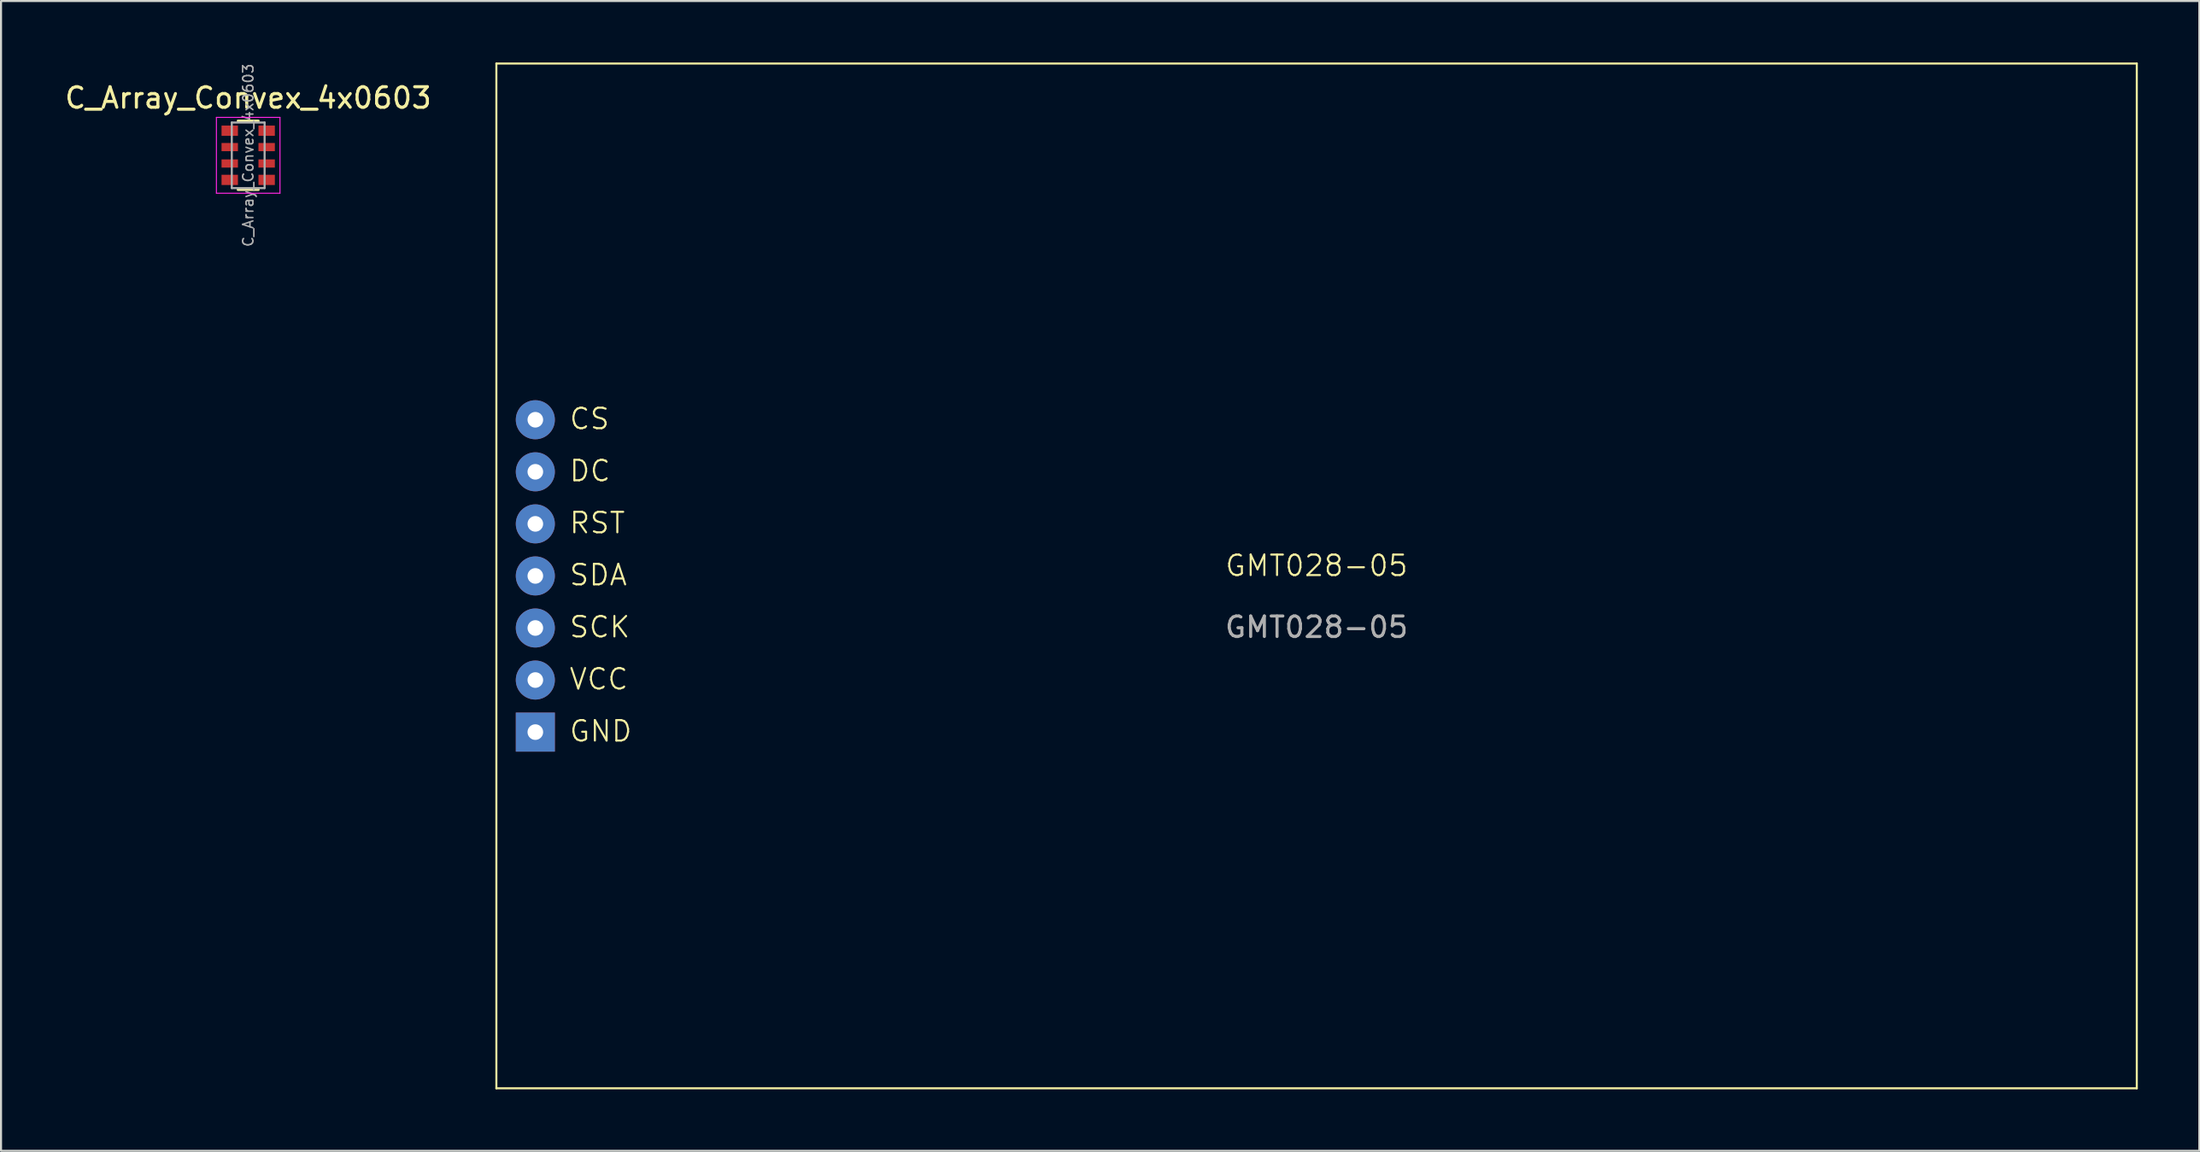
<source format=kicad_pcb>
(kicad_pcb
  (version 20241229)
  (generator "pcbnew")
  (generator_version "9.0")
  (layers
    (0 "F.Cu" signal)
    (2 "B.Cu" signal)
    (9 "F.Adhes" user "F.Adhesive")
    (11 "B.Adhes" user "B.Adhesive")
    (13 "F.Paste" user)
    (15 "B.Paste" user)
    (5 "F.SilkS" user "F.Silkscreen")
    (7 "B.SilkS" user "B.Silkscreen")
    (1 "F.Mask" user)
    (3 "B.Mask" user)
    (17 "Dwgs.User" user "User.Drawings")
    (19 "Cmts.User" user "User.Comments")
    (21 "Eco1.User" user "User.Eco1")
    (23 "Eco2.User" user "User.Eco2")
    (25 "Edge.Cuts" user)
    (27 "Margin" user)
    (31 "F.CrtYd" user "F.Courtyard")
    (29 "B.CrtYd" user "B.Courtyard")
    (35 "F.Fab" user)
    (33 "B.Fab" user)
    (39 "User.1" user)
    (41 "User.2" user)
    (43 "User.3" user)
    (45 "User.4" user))
  (footprint "GMT028-05"
    (layer "F.Cu")
    (at 61.157 25.05)
    (property "Reference" "GMT028-05" (at 0 -0.5 0) (unlocked yes) (layer "F.SilkS") (effects (font (size 1 1) (thickness 0.1))))
    (attr through_hole)
    (fp_line (start -40 -25) (end 40 -25) (stroke (width 0.1) (type default)) (layer "F.SilkS"))
    (fp_line (start -40 25) (end -40 -25) (stroke (width 0.1) (type default)) (layer "F.SilkS"))
    (fp_line (start 40 -25) (end 40 25) (stroke (width 0.1) (type default)) (layer "F.SilkS"))
    (fp_line (start 40 25) (end -40 25) (stroke (width 0.1) (type default)) (layer "F.SilkS"))
    (fp_text user "SDA" (at -36.5 0.539 0) (unlocked yes) (layer "F.SilkS") (effects (font (size 1 1) (thickness 0.1)) (justify left bottom)))
    (fp_text user "DC" (at -36.5 -4.54 0) (unlocked yes) (layer "F.SilkS") (effects (font (size 1 1) (thickness 0.1)) (justify left bottom)))
    (fp_text user "GND" (at -36.5 8.159 0) (unlocked yes) (layer "F.SilkS") (effects (font (size 1 1) (thickness 0.1)) (justify left bottom)))
    (fp_text user "RST" (at -36.5 -2.001 0) (unlocked yes) (layer "F.SilkS") (effects (font (size 1 1) (thickness 0.1)) (justify left bottom)))
    (fp_text user "SCK" (at -36.5 3.079 0) (unlocked yes) (layer "F.SilkS") (effects (font (size 1 1) (thickness 0.1)) (justify left bottom)))
    (fp_text user "CS" (at -36.5 -7.08 0) (unlocked yes) (layer "F.SilkS") (effects (font (size 1 1) (thickness 0.1)) (justify left bottom)))
    (fp_text user "VCC" (at -36.5 5.62 0) (unlocked yes) (layer "F.SilkS") (effects (font (size 1 1) (thickness 0.1)) (justify left bottom)))
    (fp_text user "${REFERENCE}" (at 0 2.5 0) (unlocked yes) (layer "F.Fab") (effects (font (size 1 1) (thickness 0.15))))
    (pad "1" thru_hole rect (at -38.1 7.62) (size 1.905 1.905) (drill 0.762) (layers "*.Cu" "*.Mask"))
    (pad "2" thru_hole circle (at -38.1 5.08) (size 1.905 1.905) (drill 0.762) (layers "*.Cu" "*.Mask"))
    (pad "3" thru_hole circle (at -38.1 2.54) (size 1.905 1.905) (drill 0.762) (layers "*.Cu" "*.Mask"))
    (pad "4" thru_hole circle (at -38.1 0) (size 1.905 1.905) (drill 0.762) (layers "*.Cu" "*.Mask"))
    (pad "5" thru_hole circle (at -38.1 -2.54) (size 1.905 1.905) (drill 0.762) (layers "*.Cu" "*.Mask"))
    (pad "6" thru_hole circle (at -38.1 -5.08) (size 1.905 1.905) (drill 0.762) (layers "*.Cu" "*.Mask"))
    (pad "7" thru_hole circle (at -38.1 -7.62) (size 1.905 1.905) (drill 0.762) (layers "*.Cu" "*.Mask"))
    (zone (net_name "") (layer "F.SilkS") (hatch edge 0.5) (connect_pads) (min_thickness 0.25) (filled_areas_thickness no) (keepout (tracks allowed) (vias allowed) (pads not_allowed) (copperpour allowed) (footprints not_allowed)) (placement (enabled no)) (fill) (polygon (pts (xy 21.157 0.05) (xy 101.157 0.05) (xy 101.157 50.05) (xy 21.157 50.05)))))
  (footprint "C_Array_Convex_4x0603"
    (layer "F.Cu")
    (at 9.054 4.527)
    (property "Reference" "C_Array_Convex_4x0603" (at 0 -2.8 0) (layer "F.SilkS") (effects (font (size 1 1) (thickness 0.15))))
    (attr smd)
    (fp_line (start 0.5 -1.68) (end -0.5 -1.68) (stroke (width 0.12) (type solid)) (layer "F.SilkS"))
    (fp_line (start 0.5 1.68) (end -0.5 1.68) (stroke (width 0.12) (type solid)) (layer "F.SilkS"))
    (fp_line (start -1.55 -1.85) (end -1.55 1.85) (stroke (width 0.05) (type solid)) (layer "F.CrtYd"))
    (fp_line (start -1.55 -1.85) (end 1.55 -1.85) (stroke (width 0.05) (type solid)) (layer "F.CrtYd"))
    (fp_line (start 1.55 1.85) (end -1.55 1.85) (stroke (width 0.05) (type solid)) (layer "F.CrtYd"))
    (fp_line (start 1.55 1.85) (end 1.55 -1.85) (stroke (width 0.05) (type solid)) (layer "F.CrtYd"))
    (fp_line (start -0.8 -1.6) (end 0.8 -1.6) (stroke (width 0.1) (type solid)) (layer "F.Fab"))
    (fp_line (start -0.8 1.6) (end -0.8 -1.6) (stroke (width 0.1) (type solid)) (layer "F.Fab"))
    (fp_line (start 0.8 -1.6) (end 0.8 1.6) (stroke (width 0.1) (type solid)) (layer "F.Fab"))
    (fp_line (start 0.8 1.6) (end -0.8 1.6) (stroke (width 0.1) (type solid)) (layer "F.Fab"))
    (fp_text user "${REFERENCE}" (at 0 0 90) (layer "F.Fab") (effects (font (size 0.5 0.5) (thickness 0.075))))
    (pad "1" smd rect (at -0.9 -1.2) (size 0.8 0.5) (layers "F.Cu" "F.Mask" "F.Paste"))
    (pad "2" smd rect (at -0.9 -0.4) (size 0.8 0.4) (layers "F.Cu" "F.Mask" "F.Paste"))
    (pad "3" smd rect (at -0.9 0.4) (size 0.8 0.4) (layers "F.Cu" "F.Mask" "F.Paste"))
    (pad "4" smd rect (at -0.9 1.2) (size 0.8 0.5) (layers "F.Cu" "F.Mask" "F.Paste"))
    (pad "5" smd rect (at 0.9 1.2) (size 0.8 0.5) (layers "F.Cu" "F.Mask" "F.Paste"))
    (pad "6" smd rect (at 0.9 0.4) (size 0.8 0.4) (layers "F.Cu" "F.Mask" "F.Paste"))
    (pad "7" smd rect (at 0.9 -0.4) (size 0.8 0.4) (layers "F.Cu" "F.Mask" "F.Paste"))
    (pad "8" smd rect (at 0.9 -1.2) (size 0.8 0.5) (layers "F.Cu" "F.Mask" "F.Paste")))
  (gr_rect
    (start -3 -3)
    (end 104.207 53.1)
    (stroke (width 0.1) (type default))
    (fill no)
    (layer "Edge.Cuts")))
</source>
